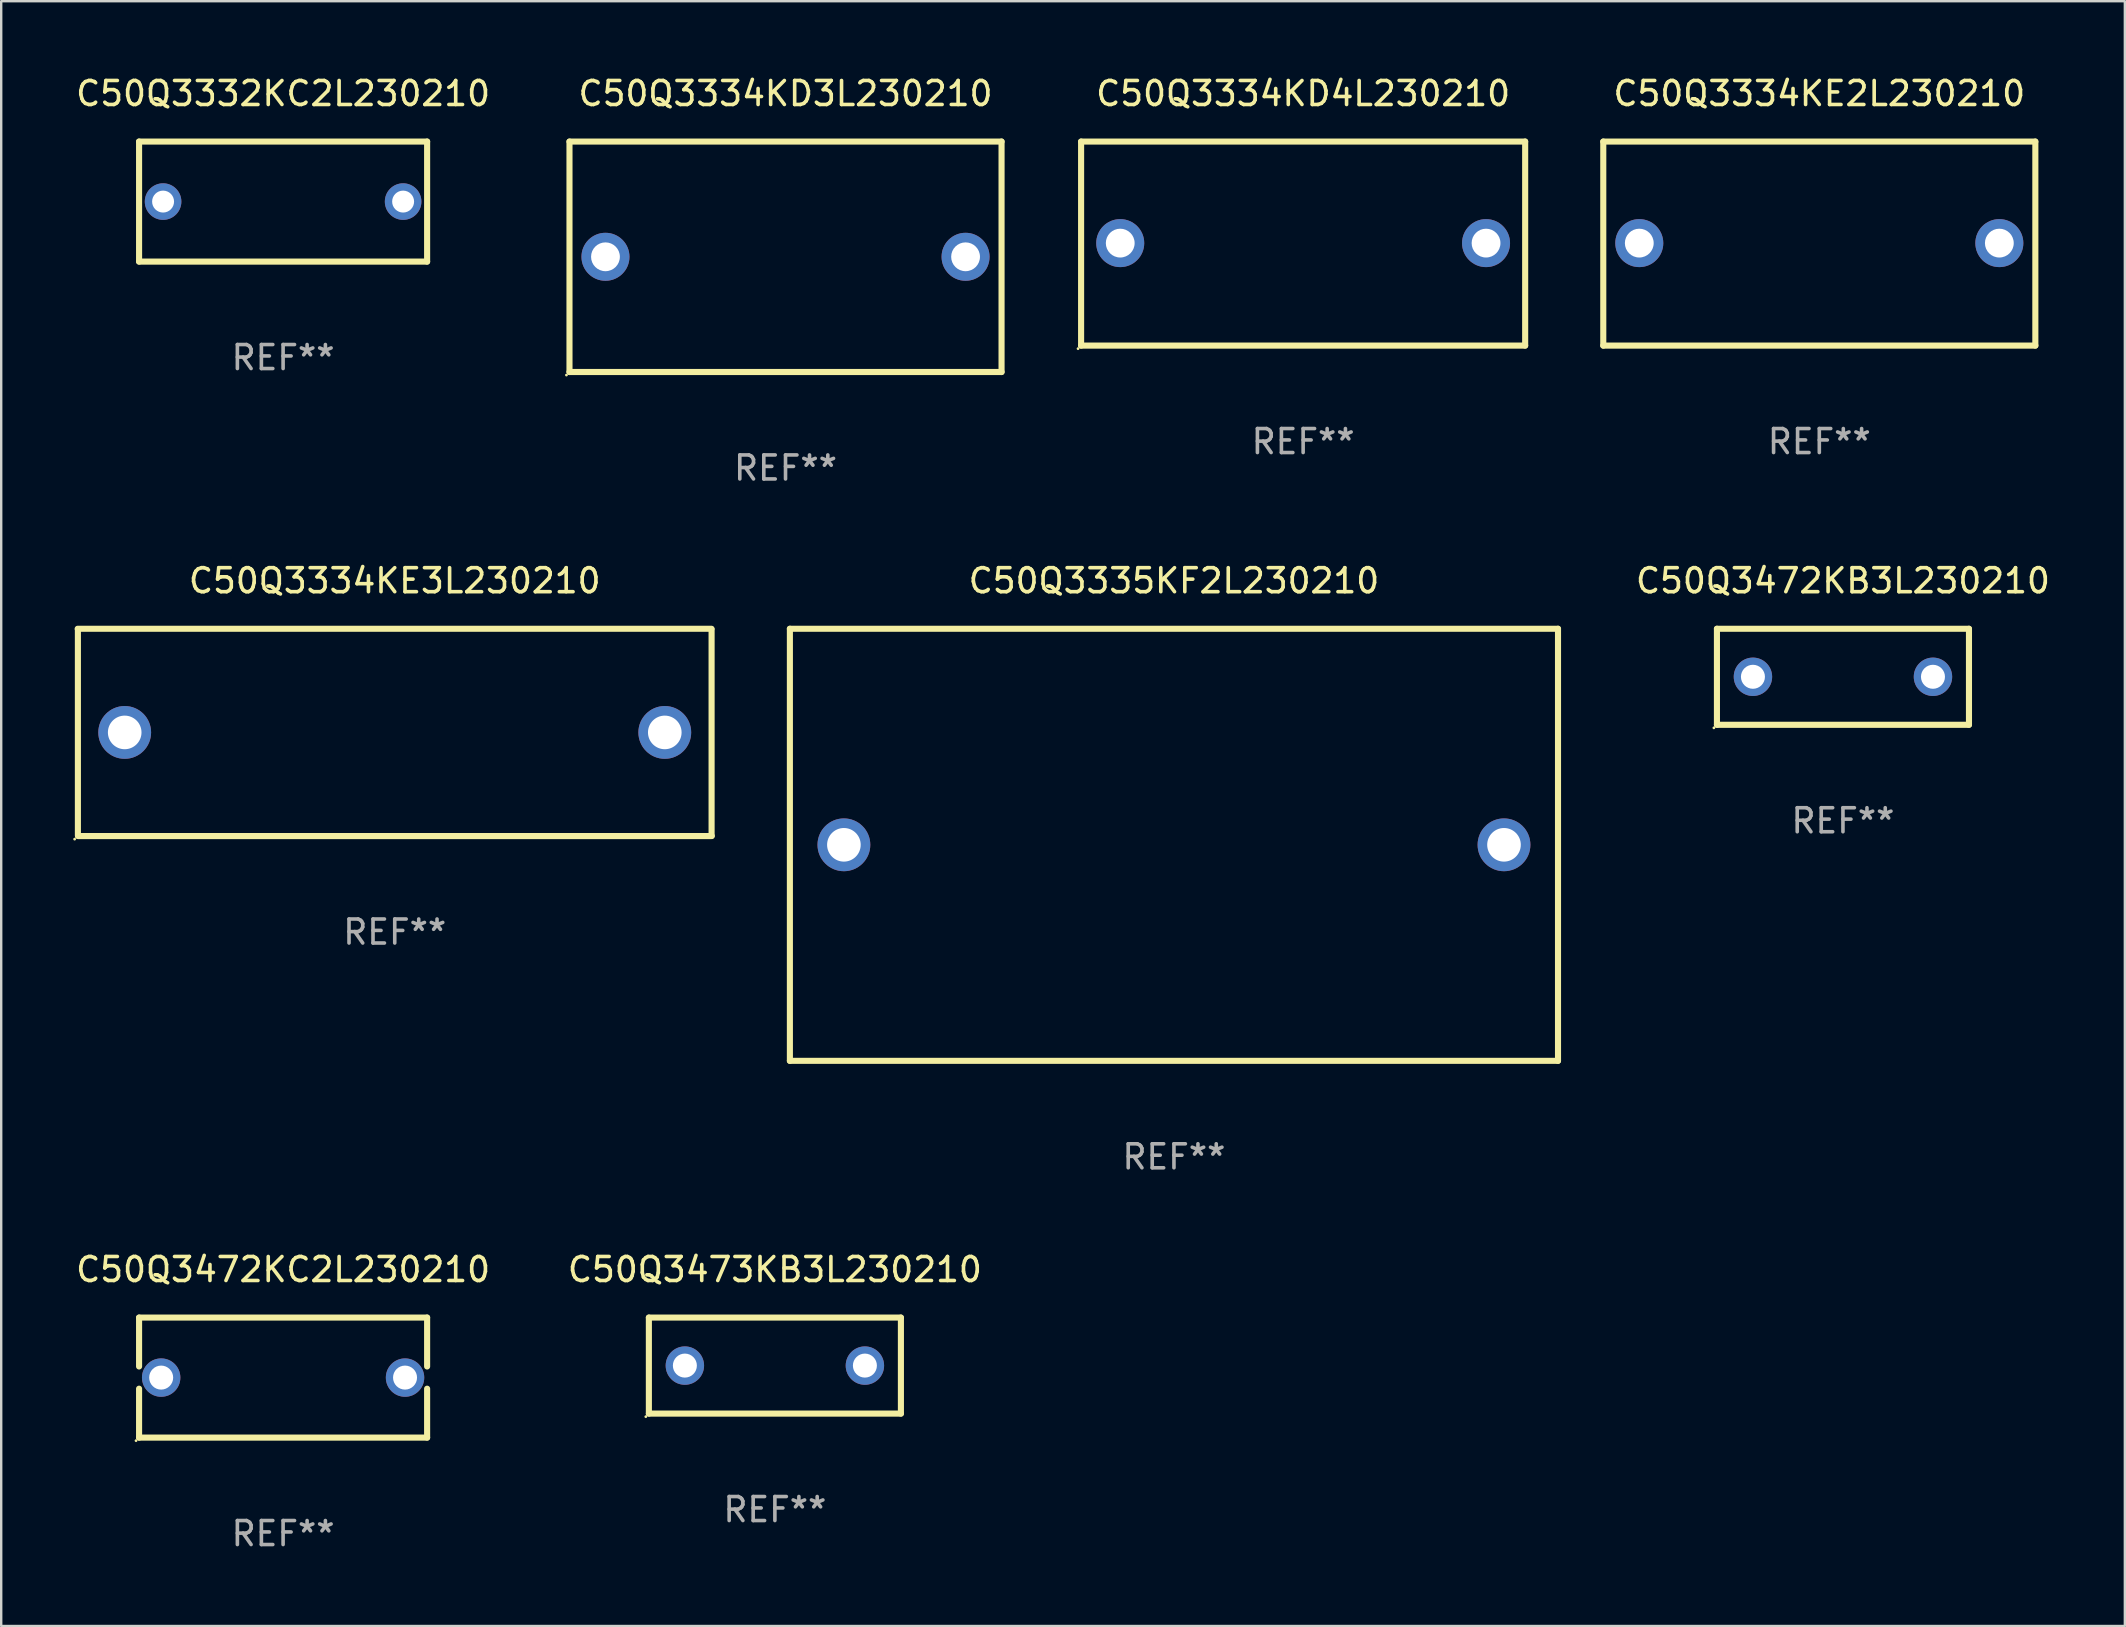
<source format=kicad_pcb>
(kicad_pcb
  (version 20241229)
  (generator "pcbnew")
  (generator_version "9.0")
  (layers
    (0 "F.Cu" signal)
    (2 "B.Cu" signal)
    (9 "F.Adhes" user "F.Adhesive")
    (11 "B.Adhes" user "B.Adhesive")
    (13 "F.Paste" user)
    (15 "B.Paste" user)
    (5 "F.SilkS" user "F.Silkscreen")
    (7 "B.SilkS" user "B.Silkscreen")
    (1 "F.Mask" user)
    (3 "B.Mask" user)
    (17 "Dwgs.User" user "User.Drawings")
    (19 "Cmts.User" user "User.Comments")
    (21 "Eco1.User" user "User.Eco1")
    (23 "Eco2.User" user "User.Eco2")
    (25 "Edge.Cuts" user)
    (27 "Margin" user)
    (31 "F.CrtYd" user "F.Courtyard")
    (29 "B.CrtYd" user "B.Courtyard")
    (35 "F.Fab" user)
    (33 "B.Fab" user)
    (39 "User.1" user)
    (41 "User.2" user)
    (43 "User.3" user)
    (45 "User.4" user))
  (footprint "C50Q3334KD3L230210"
    (layer "F.Cu")
    (at 29.675 7.648)
    (property "Reference" "C50Q3334KD3L230210" (at 0 -6.8 0) (layer "F.SilkS") (effects (font (size 1 1) (thickness 0.15))))
    (attr through_hole)
    (fp_line (start -9 -4.8) (end 9 -4.8) (stroke (width 0.254) (type solid)) (layer "F.SilkS"))
    (fp_line (start -9 4.8) (end -9 -4.8) (stroke (width 0.254) (type solid)) (layer "F.SilkS"))
    (fp_line (start 9 -4.8) (end 9 4.8) (stroke (width 0.254) (type solid)) (layer "F.SilkS"))
    (fp_line (start 9 4.8) (end -9 4.8) (stroke (width 0.254) (type solid)) (layer "F.SilkS"))
    (fp_circle (center -9.127 4.927) (end -9.097 4.927) (stroke (width 0.06) (type solid)) (fill no) (layer "F.SilkS"))
    (fp_text user "REF**" (at 0 8.8 0) (layer "F.Fab") (effects (font (size 1 1) (thickness 0.15))))
    (pad "1" thru_hole circle (at -7.501 0) (size 2 2) (drill 1.2) (layers "*.Cu" "*.Mask"))
    (pad "2" thru_hole circle (at 7.501 0) (size 2 2) (drill 1.2) (layers "*.Cu" "*.Mask")))
  (footprint "C50Q3472KB3L230210"
    (layer "F.Cu")
    (at 73.728 25.145)
    (property "Reference" "C50Q3472KB3L230210" (at 0 -4 0) (layer "F.SilkS") (effects (font (size 1 1) (thickness 0.15))))
    (attr through_hole)
    (fp_line (start -5.25 -2) (end 5.25 -2) (stroke (width 0.254) (type solid)) (layer "F.SilkS"))
    (fp_line (start -5.25 2) (end -5.25 -2) (stroke (width 0.254) (type solid)) (layer "F.SilkS"))
    (fp_line (start 5.25 -2) (end 5.25 2) (stroke (width 0.254) (type solid)) (layer "F.SilkS"))
    (fp_line (start 5.25 2) (end -5.25 2) (stroke (width 0.254) (type solid)) (layer "F.SilkS"))
    (fp_circle (center -5.377 2.127) (end -5.347 2.127) (stroke (width 0.06) (type solid)) (fill no) (layer "F.SilkS"))
    (fp_text user "REF**" (at 0 6 0) (layer "F.Fab") (effects (font (size 1 1) (thickness 0.15))))
    (pad "1" thru_hole circle (at -3.75 0) (size 1.6 1.6) (drill 1) (layers "*.Cu" "*.Mask"))
    (pad "2" thru_hole circle (at 3.75 0) (size 1.6 1.6) (drill 1) (layers "*.Cu" "*.Mask")))
  (footprint "C50Q3334KE2L230210"
    (layer "F.Cu")
    (at 72.743 7.098)
    (property "Reference" "C50Q3334KE2L230210" (at 0 -6.25 0) (layer "F.SilkS") (effects (font (size 1 1) (thickness 0.15))))
    (attr through_hole)
    (fp_line (start -9 -4.25) (end -9 4.25) (stroke (width 0.254) (type solid)) (layer "F.SilkS"))
    (fp_line (start -9 -4.25) (end 9 -4.25) (stroke (width 0.254) (type solid)) (layer "F.SilkS"))
    (fp_line (start -9 4.25) (end 9 4.25) (stroke (width 0.254) (type solid)) (layer "F.SilkS"))
    (fp_line (start 9 -4.25) (end 9 4.25) (stroke (width 0.254) (type solid)) (layer "F.SilkS"))
    (fp_circle (center -9 4.23) (end -8.97 4.23) (stroke (width 0.06) (type solid)) (fill no) (layer "F.SilkS"))
    (fp_text user "REF**" (at 0 8.25 0) (layer "F.Fab") (effects (font (size 1 1) (thickness 0.15))))
    (pad "1" thru_hole circle (at -7.5 -0.02) (size 2 2) (drill 1.2) (layers "*.Cu" "*.Mask"))
    (pad "2" thru_hole circle (at 7.5 -0.02) (size 2 2) (drill 1.2) (layers "*.Cu" "*.Mask")))
  (footprint "C50Q3332KC2L230210"
    (layer "F.Cu")
    (at 8.744 5.348)
    (property "Reference" "C50Q3332KC2L230210" (at 0 -4.5 0) (layer "F.SilkS") (effects (font (size 1 1) (thickness 0.15))))
    (attr through_hole)
    (fp_line (start -6 -2.5) (end 6 -2.5) (stroke (width 0.254) (type solid)) (layer "F.SilkS"))
    (fp_line (start -6 2.5) (end -6 -2.5) (stroke (width 0.254) (type solid)) (layer "F.SilkS"))
    (fp_line (start 6 -2.5) (end 6 2.5) (stroke (width 0.254) (type solid)) (layer "F.SilkS"))
    (fp_line (start 6 2.5) (end -6 2.5) (stroke (width 0.254) (type solid)) (layer "F.SilkS"))
    (fp_circle (center -6 2.5) (end -5.97 2.5) (stroke (width 0.06) (type solid)) (fill no) (layer "F.SilkS"))
    (fp_text user "REF**" (at 0 6.5 0) (layer "F.Fab") (effects (font (size 1 1) (thickness 0.15))))
    (pad "1" thru_hole circle (at -5 0) (size 1.524 1.524) (drill 0.914) (layers "*.Cu" "*.Mask"))
    (pad "2" thru_hole circle (at 5 0) (size 1.524 1.524) (drill 0.914) (layers "*.Cu" "*.Mask")))
  (footprint "C50Q3335KF2L230210"
    (layer "F.Cu")
    (at 45.857 32.145)
    (property "Reference" "C50Q3335KF2L230210" (at 0 -11 0) (layer "F.SilkS") (effects (font (size 1 1) (thickness 0.15))))
    (attr through_hole)
    (fp_line (start -16 -9) (end 16 -9) (stroke (width 0.254) (type solid)) (layer "F.SilkS"))
    (fp_line (start -16 9) (end -16 -9) (stroke (width 0.254) (type solid)) (layer "F.SilkS"))
    (fp_line (start 16 -9) (end 16 9) (stroke (width 0.254) (type solid)) (layer "F.SilkS"))
    (fp_line (start 16 9) (end -16 9) (stroke (width 0.254) (type solid)) (layer "F.SilkS"))
    (fp_circle (center -16 9) (end -15.97 9) (stroke (width 0.06) (type solid)) (fill no) (layer "F.SilkS"))
    (fp_text user "REF**" (at 0 13 0) (layer "F.Fab") (effects (font (size 1 1) (thickness 0.15))))
    (pad "1" thru_hole circle (at -13.75 0) (size 2.2 2.2) (drill 1.4) (layers "*.Cu" "*.Mask"))
    (pad "2" thru_hole circle (at 13.75 0) (size 2.2 2.2) (drill 1.4) (layers "*.Cu" "*.Mask")))
  (footprint "C50Q3334KD4L230210"
    (layer "F.Cu")
    (at 51.239 7.098)
    (property "Reference" "C50Q3334KD4L230210" (at 0 -6.25 0) (layer "F.SilkS") (effects (font (size 1 1) (thickness 0.15))))
    (attr through_hole)
    (fp_line (start -9.25 -4.25) (end 9.25 -4.25) (stroke (width 0.254) (type solid)) (layer "F.SilkS"))
    (fp_line (start -9.25 4.25) (end -9.25 -4.25) (stroke (width 0.254) (type solid)) (layer "F.SilkS"))
    (fp_line (start 9.25 -4.25) (end 9.25 4.25) (stroke (width 0.254) (type solid)) (layer "F.SilkS"))
    (fp_line (start 9.25 4.25) (end -9.25 4.25) (stroke (width 0.254) (type solid)) (layer "F.SilkS"))
    (fp_circle (center -9.377 4.377) (end -9.347 4.377) (stroke (width 0.06) (type solid)) (fill no) (layer "F.SilkS"))
    (fp_text user "REF**" (at 0 8.25 0) (layer "F.Fab") (effects (font (size 1 1) (thickness 0.15))))
    (pad "1" thru_hole circle (at -7.62 -0.02) (size 2 2) (drill 1.2) (layers "*.Cu" "*.Mask"))
    (pad "2" thru_hole circle (at 7.62 -0.02) (size 2 2) (drill 1.2) (layers "*.Cu" "*.Mask")))
  (footprint "C50Q3473KB3L230210"
    (layer "F.Cu")
    (at 29.232 53.841)
    (property "Reference" "C50Q3473KB3L230210" (at 0 -4 0) (layer "F.SilkS") (effects (font (size 1 1) (thickness 0.15))))
    (attr through_hole)
    (fp_line (start -5.25 -2) (end 5.25 -2) (stroke (width 0.254) (type solid)) (layer "F.SilkS"))
    (fp_line (start -5.25 2) (end -5.25 -2) (stroke (width 0.254) (type solid)) (layer "F.SilkS"))
    (fp_line (start 5.25 -2) (end 5.25 2) (stroke (width 0.254) (type solid)) (layer "F.SilkS"))
    (fp_line (start 5.25 2) (end -5.25 2) (stroke (width 0.254) (type solid)) (layer "F.SilkS"))
    (fp_circle (center -5.377 2.127) (end -5.347 2.127) (stroke (width 0.06) (type solid)) (fill no) (layer "F.SilkS"))
    (fp_text user "REF**" (at 0 6 0) (layer "F.Fab") (effects (font (size 1 1) (thickness 0.15))))
    (pad "1" thru_hole circle (at -3.75 0) (size 1.6 1.6) (drill 1) (layers "*.Cu" "*.Mask"))
    (pad "2" thru_hole circle (at 3.75 0) (size 1.6 1.6) (drill 1) (layers "*.Cu" "*.Mask")))
  (footprint "C50Q3334KE3L230210"
    (layer "F.Cu")
    (at 13.395 27.463)
    (property "Reference" "C50Q3334KE3L230210" (at 0 -6.318 0) (layer "F.SilkS") (effects (font (size 1 1) (thickness 0.15))))
    (attr through_hole)
    (fp_line (start -13.208 -4.318) (end 13.193 -4.318) (stroke (width 0.254) (type solid)) (layer "F.SilkS"))
    (fp_line (start -13.2 4.3) (end -13.2 -4.3) (stroke (width 0.254) (type solid)) (layer "F.SilkS"))
    (fp_line (start 13.2 -4.3) (end 13.2 4.3) (stroke (width 0.254) (type solid)) (layer "F.SilkS"))
    (fp_line (start 13.208 4.318) (end -13.193 4.318) (stroke (width 0.254) (type solid)) (layer "F.SilkS"))
    (fp_circle (center -13.335 4.445) (end -13.305 4.445) (stroke (width 0.06) (type solid)) (fill no) (layer "F.SilkS"))
    (fp_text user "REF**" (at 0 8.318 0) (layer "F.Fab") (effects (font (size 1 1) (thickness 0.15))))
    (pad "1" thru_hole circle (at -11.25 0) (size 2.2 2.2) (drill 1.4) (layers "*.Cu" "*.Mask"))
    (pad "2" thru_hole circle (at 11.25 0) (size 2.2 2.2) (drill 1.4) (layers "*.Cu" "*.Mask")))
  (footprint "C50Q3472KC2L230210"
    (layer "F.Cu")
    (at 8.744 54.341)
    (property "Reference" "C50Q3472KC2L230210" (at 0 -4.5 0) (layer "F.SilkS") (effects (font (size 1 1) (thickness 0.15))))
    (attr through_hole)
    (fp_line (start -6 -2.5) (end 6 -2.5) (stroke (width 0.254) (type solid)) (layer "F.SilkS"))
    (fp_line (start -6 -0.463) (end -6 -2.5) (stroke (width 0.254) (type solid)) (layer "F.SilkS"))
    (fp_line (start -6 2.5) (end -6 0.463) (stroke (width 0.254) (type solid)) (layer "F.SilkS"))
    (fp_line (start 6 -2.5) (end 6 -0.463) (stroke (width 0.254) (type solid)) (layer "F.SilkS"))
    (fp_line (start 6 0.463) (end 6 2.5) (stroke (width 0.254) (type solid)) (layer "F.SilkS"))
    (fp_line (start 6 2.5) (end -6 2.5) (stroke (width 0.254) (type solid)) (layer "F.SilkS"))
    (fp_circle (center -6.127 2.627) (end -6.097 2.627) (stroke (width 0.06) (type solid)) (fill no) (layer "F.SilkS"))
    (fp_text user "REF**" (at 0 6.5 0) (layer "F.Fab") (effects (font (size 1 1) (thickness 0.15))))
    (pad "1" thru_hole circle (at -5.08 0) (size 1.6 1.6) (drill 1) (layers "*.Cu" "*.Mask"))
    (pad "2" thru_hole circle (at 5.08 0) (size 1.6 1.6) (drill 1) (layers "*.Cu" "*.Mask")))
  (gr_rect
    (start -3 -3)
    (end 85.472 64.69)
    (stroke (width 0.1) (type default))
    (fill no)
    (layer "Edge.Cuts")))
</source>
